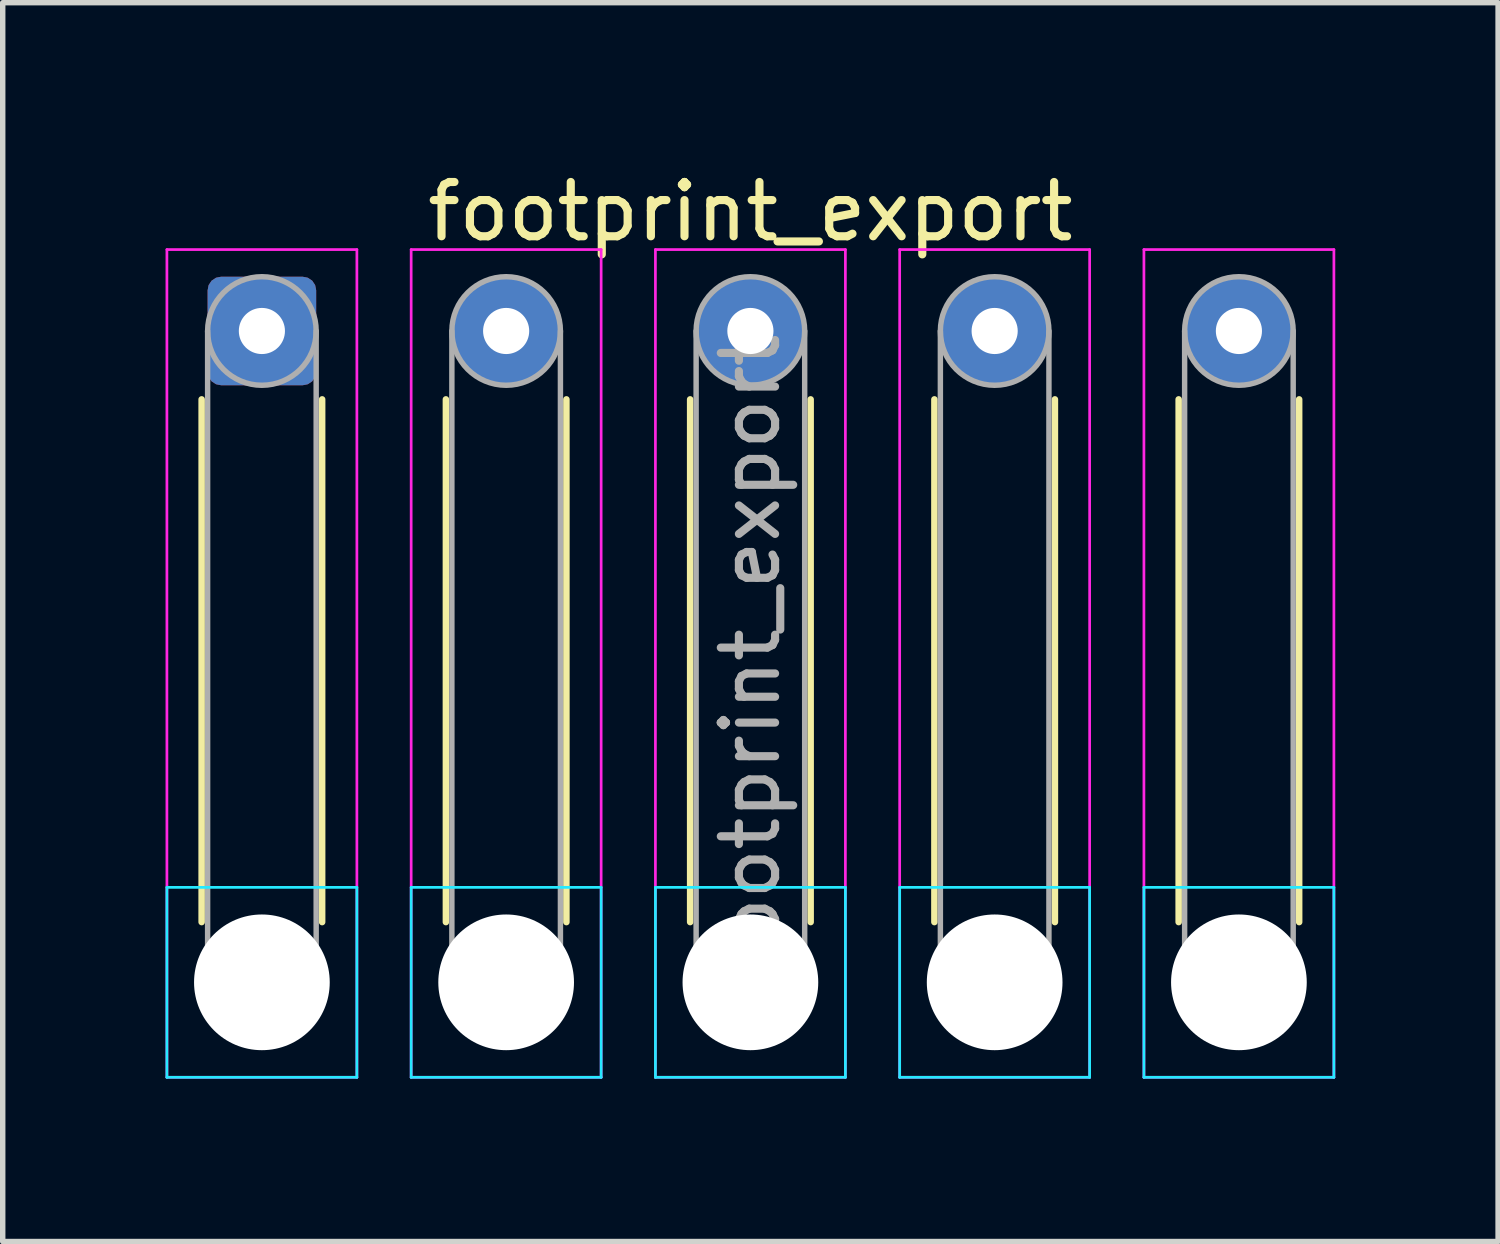
<source format=kicad_pcb>
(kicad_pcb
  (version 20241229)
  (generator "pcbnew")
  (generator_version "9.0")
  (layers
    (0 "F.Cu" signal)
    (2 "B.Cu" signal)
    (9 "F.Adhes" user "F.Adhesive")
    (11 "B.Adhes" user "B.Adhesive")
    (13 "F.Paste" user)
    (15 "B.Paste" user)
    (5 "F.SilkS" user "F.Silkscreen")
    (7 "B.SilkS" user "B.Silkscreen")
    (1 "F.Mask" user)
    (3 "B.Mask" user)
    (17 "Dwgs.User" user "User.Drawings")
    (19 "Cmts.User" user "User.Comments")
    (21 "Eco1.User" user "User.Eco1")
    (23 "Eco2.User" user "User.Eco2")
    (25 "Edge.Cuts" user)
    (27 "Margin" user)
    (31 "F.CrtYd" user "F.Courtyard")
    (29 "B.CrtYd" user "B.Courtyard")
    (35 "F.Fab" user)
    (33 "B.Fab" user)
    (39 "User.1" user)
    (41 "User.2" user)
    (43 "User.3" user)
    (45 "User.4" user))
  (footprint "footprint_export"
    (layer "F.Cu")
    (at 1.775 3.048)
    (property "Reference" "footprint_export" (at 9 -2.2 0) (layer "F.SilkS") (effects (font (size 1 1) (thickness 0.15))))
    (attr exclude_from_pos_files exclude_from_bom)
    (fp_line (start -1.11 1.26) (end -1.11 10.89) (stroke (width 0.12) (type solid)) (layer "F.SilkS"))
    (fp_line (start 1.11 1.26) (end 1.11 10.89) (stroke (width 0.12) (type solid)) (layer "F.SilkS"))
    (fp_line (start 3.39 1.26) (end 3.39 10.89) (stroke (width 0.12) (type solid)) (layer "F.SilkS"))
    (fp_line (start 5.61 1.26) (end 5.61 10.89) (stroke (width 0.12) (type solid)) (layer "F.SilkS"))
    (fp_line (start 7.89 1.26) (end 7.89 10.89) (stroke (width 0.12) (type solid)) (layer "F.SilkS"))
    (fp_line (start 10.11 1.26) (end 10.11 10.89) (stroke (width 0.12) (type solid)) (layer "F.SilkS"))
    (fp_line (start 12.39 1.26) (end 12.39 10.89) (stroke (width 0.12) (type solid)) (layer "F.SilkS"))
    (fp_line (start 14.61 1.26) (end 14.61 10.89) (stroke (width 0.12) (type solid)) (layer "F.SilkS"))
    (fp_line (start 16.89 1.26) (end 16.89 10.89) (stroke (width 0.12) (type solid)) (layer "F.SilkS"))
    (fp_line (start 19.11 1.26) (end 19.11 10.89) (stroke (width 0.12) (type solid)) (layer "F.SilkS"))
    (fp_line (start -1.75 10.25) (end -1.75 13.75) (stroke (width 0.05) (type solid)) (layer "B.CrtYd"))
    (fp_line (start -1.75 13.75) (end 1.75 13.75) (stroke (width 0.05) (type solid)) (layer "B.CrtYd"))
    (fp_line (start 1.75 10.25) (end -1.75 10.25) (stroke (width 0.05) (type solid)) (layer "B.CrtYd"))
    (fp_line (start 1.75 13.75) (end 1.75 10.25) (stroke (width 0.05) (type solid)) (layer "B.CrtYd"))
    (fp_line (start 2.75 10.25) (end 2.75 13.75) (stroke (width 0.05) (type solid)) (layer "B.CrtYd"))
    (fp_line (start 2.75 13.75) (end 6.25 13.75) (stroke (width 0.05) (type solid)) (layer "B.CrtYd"))
    (fp_line (start 6.25 10.25) (end 2.75 10.25) (stroke (width 0.05) (type solid)) (layer "B.CrtYd"))
    (fp_line (start 6.25 13.75) (end 6.25 10.25) (stroke (width 0.05) (type solid)) (layer "B.CrtYd"))
    (fp_line (start 7.25 10.25) (end 7.25 13.75) (stroke (width 0.05) (type solid)) (layer "B.CrtYd"))
    (fp_line (start 7.25 13.75) (end 10.75 13.75) (stroke (width 0.05) (type solid)) (layer "B.CrtYd"))
    (fp_line (start 10.75 10.25) (end 7.25 10.25) (stroke (width 0.05) (type solid)) (layer "B.CrtYd"))
    (fp_line (start 10.75 13.75) (end 10.75 10.25) (stroke (width 0.05) (type solid)) (layer "B.CrtYd"))
    (fp_line (start 11.75 10.25) (end 11.75 13.75) (stroke (width 0.05) (type solid)) (layer "B.CrtYd"))
    (fp_line (start 11.75 13.75) (end 15.25 13.75) (stroke (width 0.05) (type solid)) (layer "B.CrtYd"))
    (fp_line (start 15.25 10.25) (end 11.75 10.25) (stroke (width 0.05) (type solid)) (layer "B.CrtYd"))
    (fp_line (start 15.25 13.75) (end 15.25 10.25) (stroke (width 0.05) (type solid)) (layer "B.CrtYd"))
    (fp_line (start 16.25 10.25) (end 16.25 13.75) (stroke (width 0.05) (type solid)) (layer "B.CrtYd"))
    (fp_line (start 16.25 13.75) (end 19.75 13.75) (stroke (width 0.05) (type solid)) (layer "B.CrtYd"))
    (fp_line (start 19.75 10.25) (end 16.25 10.25) (stroke (width 0.05) (type solid)) (layer "B.CrtYd"))
    (fp_line (start 19.75 13.75) (end 19.75 10.25) (stroke (width 0.05) (type solid)) (layer "B.CrtYd"))
    (fp_line (start -1.75 -1.5) (end -1.75 13.75) (stroke (width 0.05) (type solid)) (layer "F.CrtYd"))
    (fp_line (start -1.75 13.75) (end 1.75 13.75) (stroke (width 0.05) (type solid)) (layer "F.CrtYd"))
    (fp_line (start 1.75 -1.5) (end -1.75 -1.5) (stroke (width 0.05) (type solid)) (layer "F.CrtYd"))
    (fp_line (start 1.75 13.75) (end 1.75 -1.5) (stroke (width 0.05) (type solid)) (layer "F.CrtYd"))
    (fp_line (start 2.75 -1.5) (end 2.75 13.75) (stroke (width 0.05) (type solid)) (layer "F.CrtYd"))
    (fp_line (start 2.75 13.75) (end 6.25 13.75) (stroke (width 0.05) (type solid)) (layer "F.CrtYd"))
    (fp_line (start 6.25 -1.5) (end 2.75 -1.5) (stroke (width 0.05) (type solid)) (layer "F.CrtYd"))
    (fp_line (start 6.25 13.75) (end 6.25 -1.5) (stroke (width 0.05) (type solid)) (layer "F.CrtYd"))
    (fp_line (start 7.25 -1.5) (end 7.25 13.75) (stroke (width 0.05) (type solid)) (layer "F.CrtYd"))
    (fp_line (start 7.25 13.75) (end 10.75 13.75) (stroke (width 0.05) (type solid)) (layer "F.CrtYd"))
    (fp_line (start 10.75 -1.5) (end 7.25 -1.5) (stroke (width 0.05) (type solid)) (layer "F.CrtYd"))
    (fp_line (start 10.75 13.75) (end 10.75 -1.5) (stroke (width 0.05) (type solid)) (layer "F.CrtYd"))
    (fp_line (start 11.75 -1.5) (end 11.75 13.75) (stroke (width 0.05) (type solid)) (layer "F.CrtYd"))
    (fp_line (start 11.75 13.75) (end 15.25 13.75) (stroke (width 0.05) (type solid)) (layer "F.CrtYd"))
    (fp_line (start 15.25 -1.5) (end 11.75 -1.5) (stroke (width 0.05) (type solid)) (layer "F.CrtYd"))
    (fp_line (start 15.25 13.75) (end 15.25 -1.5) (stroke (width 0.05) (type solid)) (layer "F.CrtYd"))
    (fp_line (start 16.25 -1.5) (end 16.25 13.75) (stroke (width 0.05) (type solid)) (layer "F.CrtYd"))
    (fp_line (start 16.25 13.75) (end 19.75 13.75) (stroke (width 0.05) (type solid)) (layer "F.CrtYd"))
    (fp_line (start 19.75 -1.5) (end 16.25 -1.5) (stroke (width 0.05) (type solid)) (layer "F.CrtYd"))
    (fp_line (start 19.75 13.75) (end 19.75 -1.5) (stroke (width 0.05) (type solid)) (layer "F.CrtYd"))
    (fp_line (start -1 0) (end -1 12) (stroke (width 0.1) (type solid)) (layer "F.Fab"))
    (fp_line (start 1 0) (end 1 12) (stroke (width 0.1) (type solid)) (layer "F.Fab"))
    (fp_line (start 3.5 0) (end 3.5 12) (stroke (width 0.1) (type solid)) (layer "F.Fab"))
    (fp_line (start 5.5 0) (end 5.5 12) (stroke (width 0.1) (type solid)) (layer "F.Fab"))
    (fp_line (start 8 0) (end 8 12) (stroke (width 0.1) (type solid)) (layer "F.Fab"))
    (fp_line (start 10 0) (end 10 12) (stroke (width 0.1) (type solid)) (layer "F.Fab"))
    (fp_line (start 12.5 0) (end 12.5 12) (stroke (width 0.1) (type solid)) (layer "F.Fab"))
    (fp_line (start 14.5 0) (end 14.5 12) (stroke (width 0.1) (type solid)) (layer "F.Fab"))
    (fp_line (start 17 0) (end 17 12) (stroke (width 0.1) (type solid)) (layer "F.Fab"))
    (fp_line (start 19 0) (end 19 12) (stroke (width 0.1) (type solid)) (layer "F.Fab"))
    (fp_circle (center 0 0) (end 1 0) (stroke (width 0.1) (type solid)) (fill no) (layer "F.Fab"))
    (fp_circle (center 0 12) (end 1 12) (stroke (width 0.1) (type solid)) (fill no) (layer "F.Fab"))
    (fp_circle (center 4.5 0) (end 5.5 0) (stroke (width 0.1) (type solid)) (fill no) (layer "F.Fab"))
    (fp_circle (center 4.5 12) (end 5.5 12) (stroke (width 0.1) (type solid)) (fill no) (layer "F.Fab"))
    (fp_circle (center 9 0) (end 10 0) (stroke (width 0.1) (type solid)) (fill no) (layer "F.Fab"))
    (fp_circle (center 9 12) (end 10 12) (stroke (width 0.1) (type solid)) (fill no) (layer "F.Fab"))
    (fp_circle (center 13.5 0) (end 14.5 0) (stroke (width 0.1) (type solid)) (fill no) (layer "F.Fab"))
    (fp_circle (center 13.5 12) (end 14.5 12) (stroke (width 0.1) (type solid)) (fill no) (layer "F.Fab"))
    (fp_circle (center 18 0) (end 19 0) (stroke (width 0.1) (type solid)) (fill no) (layer "F.Fab"))
    (fp_circle (center 18 12) (end 19 12) (stroke (width 0.1) (type solid)) (fill no) (layer "F.Fab"))
    (fp_text user "${REFERENCE}" (at 9 6 90) (layer "F.Fab") (effects (font (size 1 1) (thickness 0.15))))
    (pad "" np_thru_hole circle (at 0 12) (size 2.5 2.5) (drill 2.5) (layers "*.Cu" "*.Mask"))
    (pad "" np_thru_hole circle (at 4.5 12) (size 2.5 2.5) (drill 2.5) (layers "*.Cu" "*.Mask"))
    (pad "" np_thru_hole circle (at 9 12) (size 2.5 2.5) (drill 2.5) (layers "*.Cu" "*.Mask"))
    (pad "" np_thru_hole circle (at 13.5 12) (size 2.5 2.5) (drill 2.5) (layers "*.Cu" "*.Mask"))
    (pad "" np_thru_hole circle (at 18 12) (size 2.5 2.5) (drill 2.5) (layers "*.Cu" "*.Mask"))
    (pad "1" thru_hole roundrect (at 0 0) (size 2 2) (drill 0.85) (layers "*.Cu" "*.Mask") (roundrect_rratio 0.125))
    (pad "2" thru_hole circle (at 4.5 0) (size 2 2) (drill 0.85) (layers "*.Cu" "*.Mask"))
    (pad "3" thru_hole circle (at 9 0) (size 2 2) (drill 0.85) (layers "*.Cu" "*.Mask"))
    (pad "4" thru_hole circle (at 13.5 0) (size 2 2) (drill 0.85) (layers "*.Cu" "*.Mask"))
    (pad "5" thru_hole circle (at 18 0) (size 2 2) (drill 0.85) (layers "*.Cu" "*.Mask")))
  (gr_rect
    (start -3 -3)
    (end 24.55 19.823)
    (stroke (width 0.1) (type default))
    (fill no)
    (layer "Edge.Cuts")))
</source>
